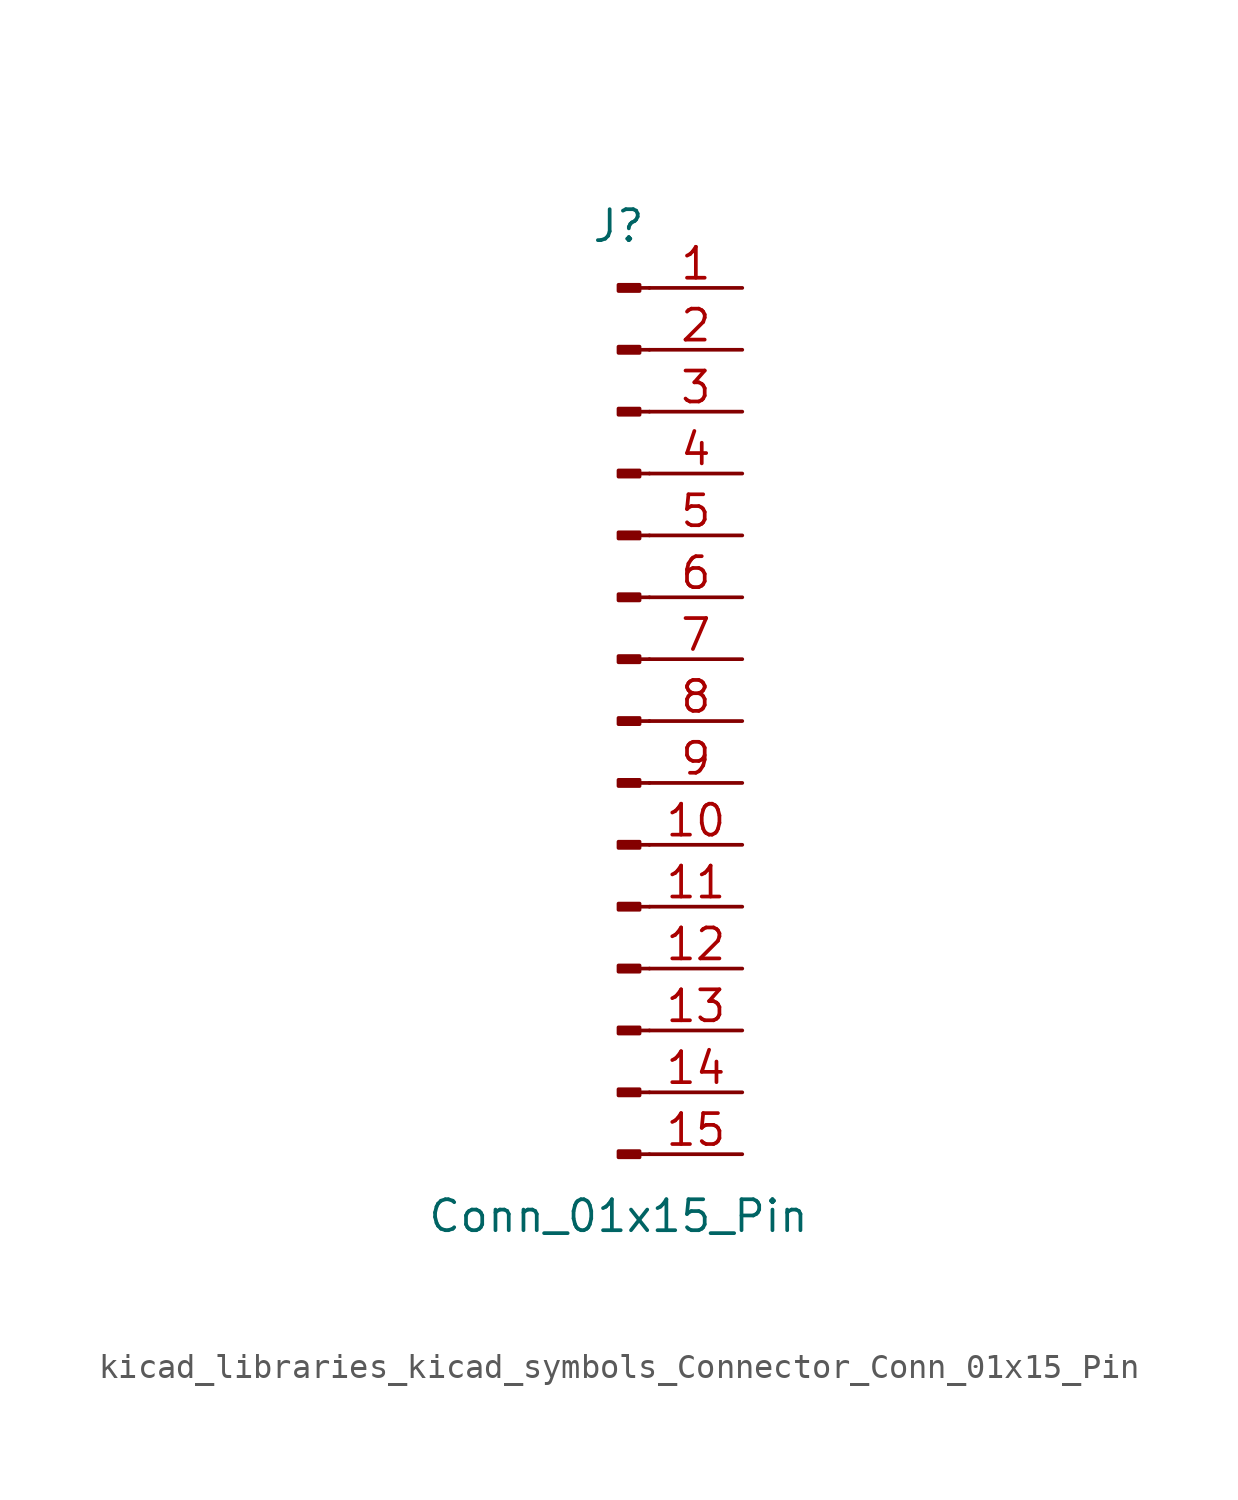
<source format=kicad_sym>
(kicad_symbol_lib
  (version 20220914)
  (generator kicad_symbol_editor)
  (symbol "kicad_libraries_kicad_symbols_Connector_Conn_01x15_Pin"
    (pin_names
      (offset 1.016) hide)
    (property "Reference" "J"
      (at 0 20.32 0)
      (effects (font (size 1.27 1.27))))
    (property "Value" "Conn_01x15_Pin"
      (at 0 -20.32 0)
      (effects (font (size 1.27 1.27))))
    (property "ki_locked" ""
      (at 0 0 0)
      (effects (font (size 1.27 1.27))))
    (symbol "kicad_libraries_kicad_symbols_Connector_Conn_01x15_Pin_1_1"
      (polyline (pts (xy 1.27 -17.78) (xy 0.864 -17.78)) (stroke (width 0.152) (type default)) (fill (type none)))
      (polyline (pts (xy 1.27 -15.24) (xy 0.864 -15.24)) (stroke (width 0.152) (type default)) (fill (type none)))
      (polyline (pts (xy 1.27 -12.7) (xy 0.864 -12.7)) (stroke (width 0.152) (type default)) (fill (type none)))
      (polyline (pts (xy 1.27 -10.16) (xy 0.864 -10.16)) (stroke (width 0.152) (type default)) (fill (type none)))
      (polyline (pts (xy 1.27 -7.62) (xy 0.864 -7.62)) (stroke (width 0.152) (type default)) (fill (type none)))
      (polyline (pts (xy 1.27 -5.08) (xy 0.864 -5.08)) (stroke (width 0.152) (type default)) (fill (type none)))
      (polyline (pts (xy 1.27 -2.54) (xy 0.864 -2.54)) (stroke (width 0.152) (type default)) (fill (type none)))
      (polyline (pts (xy 1.27 0) (xy 0.864 0)) (stroke (width 0.152) (type default)) (fill (type none)))
      (polyline (pts (xy 1.27 2.54) (xy 0.864 2.54)) (stroke (width 0.152) (type default)) (fill (type none)))
      (polyline (pts (xy 1.27 5.08) (xy 0.864 5.08)) (stroke (width 0.152) (type default)) (fill (type none)))
      (polyline (pts (xy 1.27 7.62) (xy 0.864 7.62)) (stroke (width 0.152) (type default)) (fill (type none)))
      (polyline (pts (xy 1.27 10.16) (xy 0.864 10.16)) (stroke (width 0.152) (type default)) (fill (type none)))
      (polyline (pts (xy 1.27 12.7) (xy 0.864 12.7)) (stroke (width 0.152) (type default)) (fill (type none)))
      (polyline (pts (xy 1.27 15.24) (xy 0.864 15.24)) (stroke (width 0.152) (type default)) (fill (type none)))
      (polyline (pts (xy 1.27 17.78) (xy 0.864 17.78)) (stroke (width 0.152) (type default)) (fill (type none)))
      (rectangle (start 0.864 -17.653) (end 0 -17.907) (stroke (width 0.152) (type default)) (fill (type outline)))
      (rectangle (start 0.864 -15.113) (end 0 -15.367) (stroke (width 0.152) (type default)) (fill (type outline)))
      (rectangle (start 0.864 -12.573) (end 0 -12.827) (stroke (width 0.152) (type default)) (fill (type outline)))
      (rectangle (start 0.864 -10.033) (end 0 -10.287) (stroke (width 0.152) (type default)) (fill (type outline)))
      (rectangle (start 0.864 -7.493) (end 0 -7.747) (stroke (width 0.152) (type default)) (fill (type outline)))
      (rectangle (start 0.864 -4.953) (end 0 -5.207) (stroke (width 0.152) (type default)) (fill (type outline)))
      (rectangle (start 0.864 -2.413) (end 0 -2.667) (stroke (width 0.152) (type default)) (fill (type outline)))
      (rectangle (start 0.864 0.127) (end 0 -0.127) (stroke (width 0.152) (type default)) (fill (type outline)))
      (rectangle (start 0.864 2.667) (end 0 2.413) (stroke (width 0.152) (type default)) (fill (type outline)))
      (rectangle (start 0.864 5.207) (end 0 4.953) (stroke (width 0.152) (type default)) (fill (type outline)))
      (rectangle (start 0.864 7.747) (end 0 7.493) (stroke (width 0.152) (type default)) (fill (type outline)))
      (rectangle (start 0.864 10.287) (end 0 10.033) (stroke (width 0.152) (type default)) (fill (type outline)))
      (rectangle (start 0.864 12.827) (end 0 12.573) (stroke (width 0.152) (type default)) (fill (type outline)))
      (rectangle (start 0.864 15.367) (end 0 15.113) (stroke (width 0.152) (type default)) (fill (type outline)))
      (rectangle (start 0.864 17.907) (end 0 17.653) (stroke (width 0.152) (type default)) (fill (type outline)))
      (pin passive line (at 5.08 17.78 180) (length 3.81) (name "Pin_1" (effects (font (size 1.27 1.27)))) (number "1" (effects (font (size 1.27 1.27)))))
      (pin passive line (at 5.08 -5.08 180) (length 3.81) (name "Pin_10" (effects (font (size 1.27 1.27)))) (number "10" (effects (font (size 1.27 1.27)))))
      (pin passive line (at 5.08 -7.62 180) (length 3.81) (name "Pin_11" (effects (font (size 1.27 1.27)))) (number "11" (effects (font (size 1.27 1.27)))))
      (pin passive line (at 5.08 -10.16 180) (length 3.81) (name "Pin_12" (effects (font (size 1.27 1.27)))) (number "12" (effects (font (size 1.27 1.27)))))
      (pin passive line (at 5.08 -12.7 180) (length 3.81) (name "Pin_13" (effects (font (size 1.27 1.27)))) (number "13" (effects (font (size 1.27 1.27)))))
      (pin passive line (at 5.08 -15.24 180) (length 3.81) (name "Pin_14" (effects (font (size 1.27 1.27)))) (number "14" (effects (font (size 1.27 1.27)))))
      (pin passive line (at 5.08 -17.78 180) (length 3.81) (name "Pin_15" (effects (font (size 1.27 1.27)))) (number "15" (effects (font (size 1.27 1.27)))))
      (pin passive line (at 5.08 15.24 180) (length 3.81) (name "Pin_2" (effects (font (size 1.27 1.27)))) (number "2" (effects (font (size 1.27 1.27)))))
      (pin passive line (at 5.08 12.7 180) (length 3.81) (name "Pin_3" (effects (font (size 1.27 1.27)))) (number "3" (effects (font (size 1.27 1.27)))))
      (pin passive line (at 5.08 10.16 180) (length 3.81) (name "Pin_4" (effects (font (size 1.27 1.27)))) (number "4" (effects (font (size 1.27 1.27)))))
      (pin passive line (at 5.08 7.62 180) (length 3.81) (name "Pin_5" (effects (font (size 1.27 1.27)))) (number "5" (effects (font (size 1.27 1.27)))))
      (pin passive line (at 5.08 5.08 180) (length 3.81) (name "Pin_6" (effects (font (size 1.27 1.27)))) (number "6" (effects (font (size 1.27 1.27)))))
      (pin passive line (at 5.08 2.54 180) (length 3.81) (name "Pin_7" (effects (font (size 1.27 1.27)))) (number "7" (effects (font (size 1.27 1.27)))))
      (pin passive line (at 5.08 0 180) (length 3.81) (name "Pin_8" (effects (font (size 1.27 1.27)))) (number "8" (effects (font (size 1.27 1.27)))))
      (pin passive line (at 5.08 -2.54 180) (length 3.81) (name "Pin_9" (effects (font (size 1.27 1.27)))) (number "9" (effects (font (size 1.27 1.27))))))))
</source>
